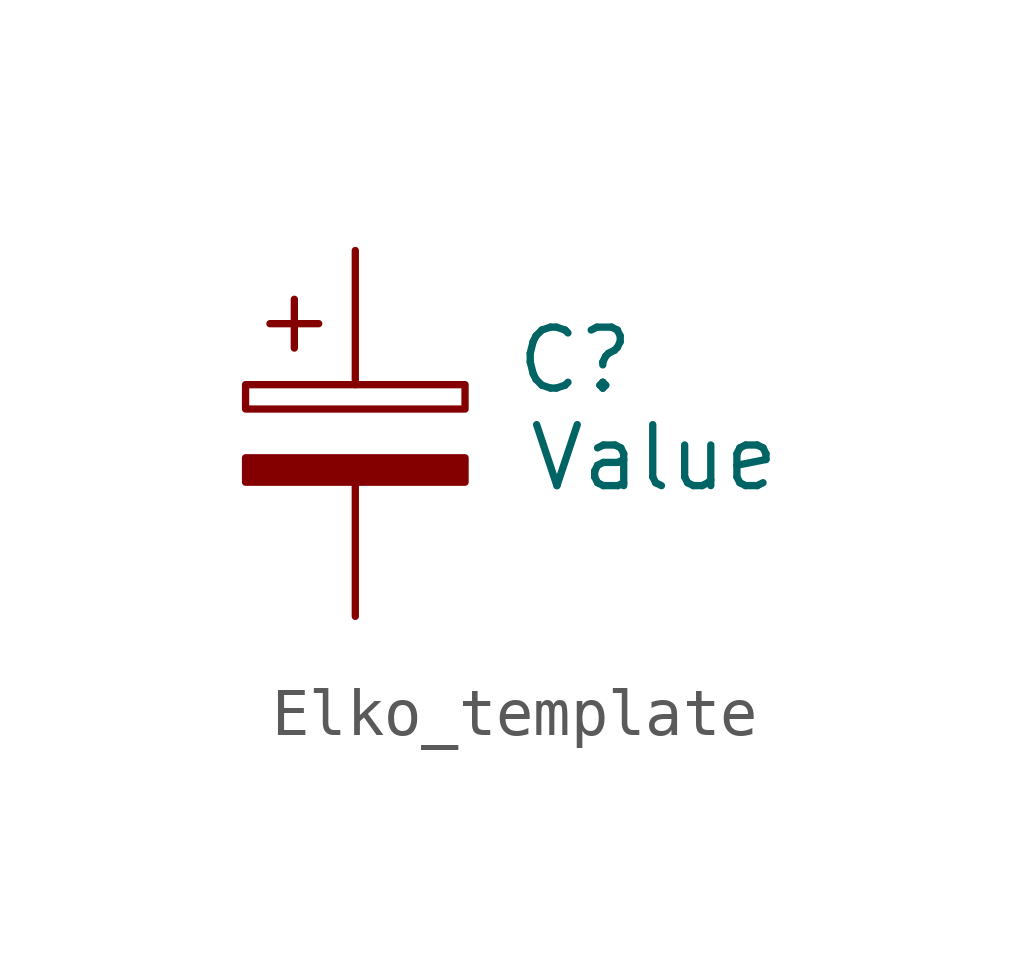
<source format=kicad_sym>
(kicad_symbol_lib
  (version 20241209)
  (generator "kicad_symbol_editor")
  (generator_version "9.0")
  (symbol "Elko_template"
    (property "Reference" "C"
      (at 3.302 1.524 0)
      (effects (font (size 1.27 1.27)) (justify left)))
    (property "Value" "Value"
      (at 3.556 -0.508 0)
      (effects (font (size 1.27 1.27)) (justify left)))
    (symbol "Elko_template_0_1"
      (rectangle (start -2.286 0.508) (end 2.286 1.016) (stroke (width 0) (type default)) (fill (type none)))
      (polyline (pts (xy -1.778 2.286) (xy -0.762 2.286)) (stroke (width 0) (type default)) (fill (type none)))
      (polyline (pts (xy -1.27 2.794) (xy -1.27 1.778)) (stroke (width 0) (type default)) (fill (type none)))
      (rectangle (start 2.286 -0.508) (end -2.286 -1.016) (stroke (width 0) (type default)) (fill (type outline))))
    (symbol "Elko_template_1_1"
      (pin passive line (at 0 3.81 270) (length 2.794) (name "~" (effects (font (size 1.27 1.27)))) (number "1" (effects (font (size 0 0)))))
      (pin passive line (at 0 -3.81 90) (length 2.794) (name "~" (effects (font (size 1.27 1.27)))) (number "2" (effects (font (size 0 0))))))))
</source>
